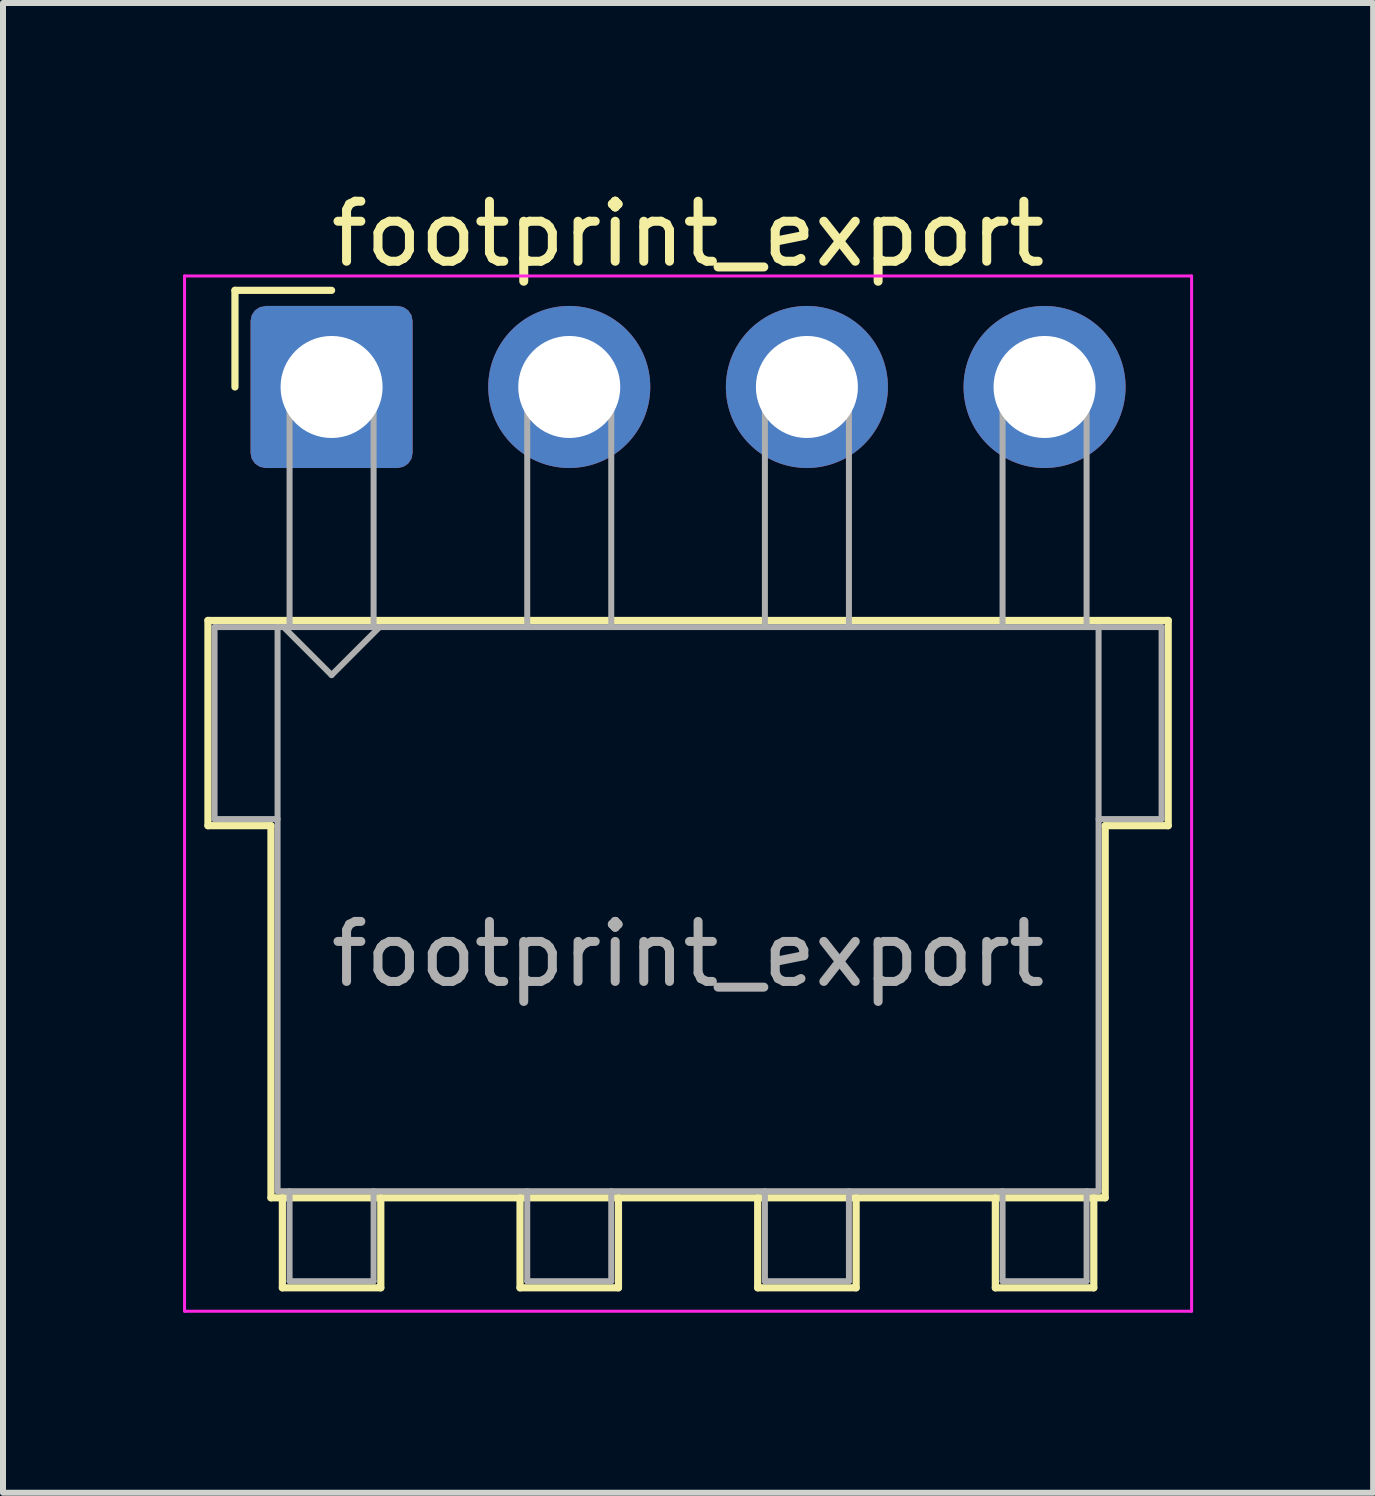
<source format=kicad_pcb>
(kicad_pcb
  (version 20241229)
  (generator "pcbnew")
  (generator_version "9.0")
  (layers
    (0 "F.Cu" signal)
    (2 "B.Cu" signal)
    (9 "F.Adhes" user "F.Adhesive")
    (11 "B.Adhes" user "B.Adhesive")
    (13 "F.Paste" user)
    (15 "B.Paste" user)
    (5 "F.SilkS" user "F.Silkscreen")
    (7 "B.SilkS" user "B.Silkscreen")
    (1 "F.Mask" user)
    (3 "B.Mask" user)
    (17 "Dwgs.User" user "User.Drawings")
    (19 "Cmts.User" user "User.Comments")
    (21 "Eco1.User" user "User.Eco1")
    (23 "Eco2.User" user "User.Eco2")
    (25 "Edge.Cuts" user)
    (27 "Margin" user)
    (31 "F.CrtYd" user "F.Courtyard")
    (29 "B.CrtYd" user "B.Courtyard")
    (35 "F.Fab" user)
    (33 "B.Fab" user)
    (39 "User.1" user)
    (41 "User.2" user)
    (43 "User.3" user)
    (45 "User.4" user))
  (footprint "footprint_export"
    (layer "F.Cu")
    (at 2.475 3.398)
    (property "Reference" "footprint_export" (at 5.94 -2.55 0) (layer "F.SilkS") (effects (font (size 1 1) (thickness 0.15))))
    (attr through_hole)
    (fp_line (start -2.06 3.89) (end 13.94 3.89) (stroke (width 0.12) (type solid)) (layer "F.SilkS"))
    (fp_line (start -2.06 7.31) (end -2.06 3.89) (stroke (width 0.12) (type solid)) (layer "F.SilkS"))
    (fp_line (start -1.61 -1.61) (end -1.61 0) (stroke (width 0.12) (type solid)) (layer "F.SilkS"))
    (fp_line (start -1.01 7.31) (end -2.06 7.31) (stroke (width 0.12) (type solid)) (layer "F.SilkS"))
    (fp_line (start -1.01 13.51) (end -1.01 7.31) (stroke (width 0.12) (type solid)) (layer "F.SilkS"))
    (fp_line (start -0.82 13.51) (end -0.82 15.01) (stroke (width 0.12) (type solid)) (layer "F.SilkS"))
    (fp_line (start -0.82 15.01) (end 0.82 15.01) (stroke (width 0.12) (type solid)) (layer "F.SilkS"))
    (fp_line (start 0 -1.61) (end -1.61 -1.61) (stroke (width 0.12) (type solid)) (layer "F.SilkS"))
    (fp_line (start 0.82 15.01) (end 0.82 13.51) (stroke (width 0.12) (type solid)) (layer "F.SilkS"))
    (fp_line (start 3.14 13.51) (end 3.14 15.01) (stroke (width 0.12) (type solid)) (layer "F.SilkS"))
    (fp_line (start 3.14 15.01) (end 4.78 15.01) (stroke (width 0.12) (type solid)) (layer "F.SilkS"))
    (fp_line (start 4.78 15.01) (end 4.78 13.51) (stroke (width 0.12) (type solid)) (layer "F.SilkS"))
    (fp_line (start 7.1 13.51) (end 7.1 15.01) (stroke (width 0.12) (type solid)) (layer "F.SilkS"))
    (fp_line (start 7.1 15.01) (end 8.74 15.01) (stroke (width 0.12) (type solid)) (layer "F.SilkS"))
    (fp_line (start 8.74 15.01) (end 8.74 13.51) (stroke (width 0.12) (type solid)) (layer "F.SilkS"))
    (fp_line (start 11.06 13.51) (end 11.06 15.01) (stroke (width 0.12) (type solid)) (layer "F.SilkS"))
    (fp_line (start 11.06 15.01) (end 12.7 15.01) (stroke (width 0.12) (type solid)) (layer "F.SilkS"))
    (fp_line (start 12.7 15.01) (end 12.7 13.51) (stroke (width 0.12) (type solid)) (layer "F.SilkS"))
    (fp_line (start 12.89 7.31) (end 12.89 13.51) (stroke (width 0.12) (type solid)) (layer "F.SilkS"))
    (fp_line (start 12.89 13.51) (end -1.01 13.51) (stroke (width 0.12) (type solid)) (layer "F.SilkS"))
    (fp_line (start 13.94 3.89) (end 13.94 7.31) (stroke (width 0.12) (type solid)) (layer "F.SilkS"))
    (fp_line (start 13.94 7.31) (end 12.89 7.31) (stroke (width 0.12) (type solid)) (layer "F.SilkS"))
    (fp_line (start -2.45 -1.85) (end -2.45 15.4) (stroke (width 0.05) (type solid)) (layer "F.CrtYd"))
    (fp_line (start -2.45 15.4) (end 14.33 15.4) (stroke (width 0.05) (type solid)) (layer "F.CrtYd"))
    (fp_line (start 14.33 -1.85) (end -2.45 -1.85) (stroke (width 0.05) (type solid)) (layer "F.CrtYd"))
    (fp_line (start 14.33 15.4) (end 14.33 -1.85) (stroke (width 0.05) (type solid)) (layer "F.CrtYd"))
    (fp_line (start -1.95 4) (end -0.9 4) (stroke (width 0.1) (type solid)) (layer "F.Fab"))
    (fp_line (start -1.95 7.2) (end -1.95 4) (stroke (width 0.1) (type solid)) (layer "F.Fab"))
    (fp_line (start -0.9 4) (end -0.9 13.4) (stroke (width 0.1) (type solid)) (layer "F.Fab"))
    (fp_line (start -0.9 7.2) (end -1.95 7.2) (stroke (width 0.1) (type solid)) (layer "F.Fab"))
    (fp_line (start -0.9 13.4) (end 12.78 13.4) (stroke (width 0.1) (type solid)) (layer "F.Fab"))
    (fp_line (start -0.8 4) (end 0 4.8) (stroke (width 0.1) (type solid)) (layer "F.Fab"))
    (fp_line (start -0.7 0) (end 0.7 0) (stroke (width 0.1) (type solid)) (layer "F.Fab"))
    (fp_line (start -0.7 4) (end -0.7 0) (stroke (width 0.1) (type solid)) (layer "F.Fab"))
    (fp_line (start -0.7 13.4) (end -0.7 14.9) (stroke (width 0.1) (type solid)) (layer "F.Fab"))
    (fp_line (start -0.7 14.9) (end 0.7 14.9) (stroke (width 0.1) (type solid)) (layer "F.Fab"))
    (fp_line (start 0 4.8) (end 0.8 4) (stroke (width 0.1) (type solid)) (layer "F.Fab"))
    (fp_line (start 0.7 0) (end 0.7 4) (stroke (width 0.1) (type solid)) (layer "F.Fab"))
    (fp_line (start 0.7 14.9) (end 0.7 13.4) (stroke (width 0.1) (type solid)) (layer "F.Fab"))
    (fp_line (start 3.26 0) (end 4.66 0) (stroke (width 0.1) (type solid)) (layer "F.Fab"))
    (fp_line (start 3.26 4) (end 3.26 0) (stroke (width 0.1) (type solid)) (layer "F.Fab"))
    (fp_line (start 3.26 13.4) (end 3.26 14.9) (stroke (width 0.1) (type solid)) (layer "F.Fab"))
    (fp_line (start 3.26 14.9) (end 4.66 14.9) (stroke (width 0.1) (type solid)) (layer "F.Fab"))
    (fp_line (start 4.66 0) (end 4.66 4) (stroke (width 0.1) (type solid)) (layer "F.Fab"))
    (fp_line (start 4.66 14.9) (end 4.66 13.4) (stroke (width 0.1) (type solid)) (layer "F.Fab"))
    (fp_line (start 7.22 0) (end 8.62 0) (stroke (width 0.1) (type solid)) (layer "F.Fab"))
    (fp_line (start 7.22 4) (end 7.22 0) (stroke (width 0.1) (type solid)) (layer "F.Fab"))
    (fp_line (start 7.22 13.4) (end 7.22 14.9) (stroke (width 0.1) (type solid)) (layer "F.Fab"))
    (fp_line (start 7.22 14.9) (end 8.62 14.9) (stroke (width 0.1) (type solid)) (layer "F.Fab"))
    (fp_line (start 8.62 0) (end 8.62 4) (stroke (width 0.1) (type solid)) (layer "F.Fab"))
    (fp_line (start 8.62 14.9) (end 8.62 13.4) (stroke (width 0.1) (type solid)) (layer "F.Fab"))
    (fp_line (start 11.18 0) (end 12.58 0) (stroke (width 0.1) (type solid)) (layer "F.Fab"))
    (fp_line (start 11.18 4) (end 11.18 0) (stroke (width 0.1) (type solid)) (layer "F.Fab"))
    (fp_line (start 11.18 13.4) (end 11.18 14.9) (stroke (width 0.1) (type solid)) (layer "F.Fab"))
    (fp_line (start 11.18 14.9) (end 12.58 14.9) (stroke (width 0.1) (type solid)) (layer "F.Fab"))
    (fp_line (start 12.58 0) (end 12.58 4) (stroke (width 0.1) (type solid)) (layer "F.Fab"))
    (fp_line (start 12.58 14.9) (end 12.58 13.4) (stroke (width 0.1) (type solid)) (layer "F.Fab"))
    (fp_line (start 12.78 4) (end -0.9 4) (stroke (width 0.1) (type solid)) (layer "F.Fab"))
    (fp_line (start 12.78 4) (end 13.83 4) (stroke (width 0.1) (type solid)) (layer "F.Fab"))
    (fp_line (start 12.78 13.4) (end 12.78 4) (stroke (width 0.1) (type solid)) (layer "F.Fab"))
    (fp_line (start 13.83 4) (end 13.83 7.2) (stroke (width 0.1) (type solid)) (layer "F.Fab"))
    (fp_line (start 13.83 7.2) (end 12.78 7.2) (stroke (width 0.1) (type solid)) (layer "F.Fab"))
    (fp_text user "${REFERENCE}" (at 5.94 9.45 0) (layer "F.Fab") (effects (font (size 1 1) (thickness 0.15))))
    (pad "1" thru_hole roundrect (at 0 0) (size 2.7 2.7) (drill 1.7) (layers "*.Cu" "*.Mask") (roundrect_rratio 0.093))
    (pad "2" thru_hole circle (at 3.96 0) (size 2.7 2.7) (drill 1.7) (layers "*.Cu" "*.Mask"))
    (pad "3" thru_hole circle (at 7.92 0) (size 2.7 2.7) (drill 1.7) (layers "*.Cu" "*.Mask"))
    (pad "4" thru_hole circle (at 11.88 0) (size 2.7 2.7) (drill 1.7) (layers "*.Cu" "*.Mask")))
  (gr_rect
    (start -3 -3)
    (end 19.83 21.823)
    (stroke (width 0.1) (type default))
    (fill no)
    (layer "Edge.Cuts")))
</source>
